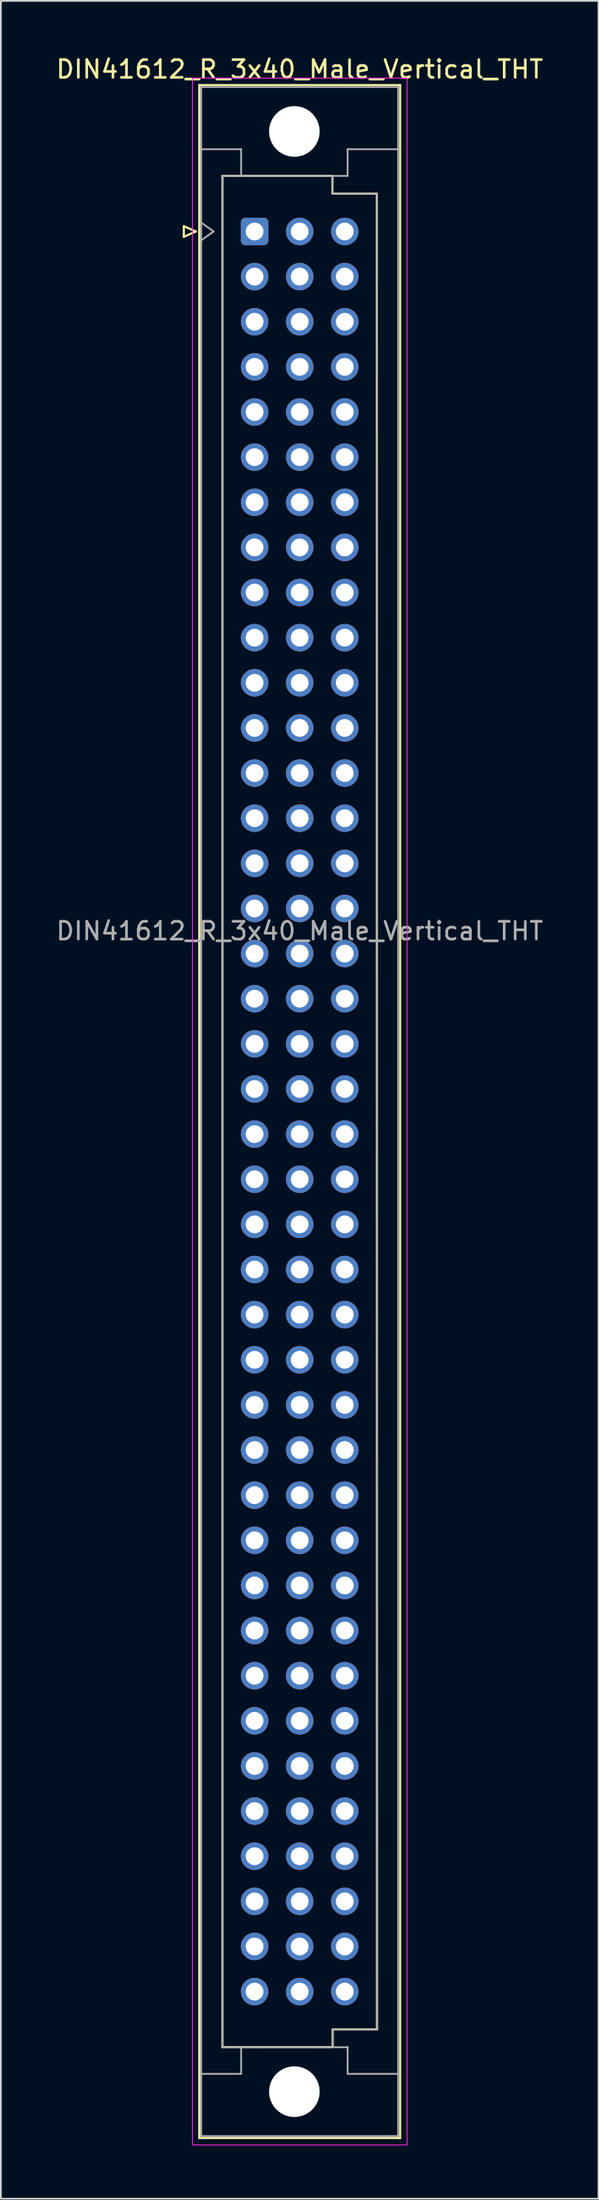
<source format=kicad_pcb>
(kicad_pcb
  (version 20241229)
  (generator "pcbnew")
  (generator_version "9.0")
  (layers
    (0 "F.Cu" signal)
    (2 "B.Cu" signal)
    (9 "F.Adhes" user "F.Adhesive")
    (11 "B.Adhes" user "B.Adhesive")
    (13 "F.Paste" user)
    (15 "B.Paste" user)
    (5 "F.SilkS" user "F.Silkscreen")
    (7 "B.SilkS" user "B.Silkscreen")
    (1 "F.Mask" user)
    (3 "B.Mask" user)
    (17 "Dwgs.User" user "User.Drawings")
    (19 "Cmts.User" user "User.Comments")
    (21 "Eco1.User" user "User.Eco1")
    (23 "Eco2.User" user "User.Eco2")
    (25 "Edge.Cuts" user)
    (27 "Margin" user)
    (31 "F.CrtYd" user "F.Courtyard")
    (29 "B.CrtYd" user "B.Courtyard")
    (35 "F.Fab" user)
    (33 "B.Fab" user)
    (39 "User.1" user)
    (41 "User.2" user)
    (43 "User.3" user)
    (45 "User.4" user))
  (footprint "DIN41612_R_3x40_Male_Vertical_THT"
    (layer "F.Cu")
    (at 11.299 9.978)
    (property "Reference" "DIN41612_R_3x40_Male_Vertical_THT" (at 2.54 -9.13 0) (layer "F.SilkS") (effects (font (size 1 1) (thickness 0.15))))
    (attr through_hole)
    (fp_line (start -3.99 -0.3) (end -3.99 0.3) (stroke (width 0.12) (type solid)) (layer "F.SilkS"))
    (fp_line (start -3.99 0.3) (end -3.31 0) (stroke (width 0.12) (type solid)) (layer "F.SilkS"))
    (fp_line (start -3.31 0) (end -3.99 -0.3) (stroke (width 0.12) (type solid)) (layer "F.SilkS"))
    (fp_line (start -3.12 -8.24) (end 8.2 -8.24) (stroke (width 0.12) (type solid)) (layer "F.SilkS"))
    (fp_line (start -3.12 107.3) (end -3.12 -8.24) (stroke (width 0.12) (type solid)) (layer "F.SilkS"))
    (fp_line (start -1.81 -3.131) (end 4.39 -3.131) (stroke (width 0.12) (type solid)) (layer "F.SilkS"))
    (fp_line (start -1.81 102.19) (end -1.81 -3.131) (stroke (width 0.12) (type solid)) (layer "F.SilkS"))
    (fp_line (start 4.39 -3.131) (end 4.39 -2.131) (stroke (width 0.12) (type solid)) (layer "F.SilkS"))
    (fp_line (start 4.39 -2.131) (end 6.89 -2.131) (stroke (width 0.12) (type solid)) (layer "F.SilkS"))
    (fp_line (start 4.39 102.19) (end -1.81 102.19) (stroke (width 0.12) (type solid)) (layer "F.SilkS"))
    (fp_line (start 4.4 101.19) (end 4.4 102.19) (stroke (width 0.12) (type solid)) (layer "F.SilkS"))
    (fp_line (start 6.89 -2.131) (end 6.9 101.19) (stroke (width 0.12) (type solid)) (layer "F.SilkS"))
    (fp_line (start 6.9 101.19) (end 4.4 101.19) (stroke (width 0.12) (type solid)) (layer "F.SilkS"))
    (fp_line (start 8.2 -8.24) (end 8.2 107.3) (stroke (width 0.12) (type solid)) (layer "F.SilkS"))
    (fp_line (start 8.2 107.3) (end -3.12 107.3) (stroke (width 0.12) (type solid)) (layer "F.SilkS"))
    (fp_line (start -3.5 -8.63) (end 8.59 -8.63) (stroke (width 0.05) (type solid)) (layer "F.CrtYd"))
    (fp_line (start -3.5 107.69) (end -3.5 -8.63) (stroke (width 0.05) (type solid)) (layer "F.CrtYd"))
    (fp_line (start 8.59 -8.63) (end 8.59 107.69) (stroke (width 0.05) (type solid)) (layer "F.CrtYd"))
    (fp_line (start 8.59 107.69) (end -3.5 107.69) (stroke (width 0.05) (type solid)) (layer "F.CrtYd"))
    (fp_line (start -3.01 -8.13) (end 8.09 -8.13) (stroke (width 0.1) (type solid)) (layer "F.Fab"))
    (fp_line (start -3.01 -4.63) (end -0.76 -4.63) (stroke (width 0.1) (type solid)) (layer "F.Fab"))
    (fp_line (start -3.01 -0.5) (end -2.31 0) (stroke (width 0.1) (type solid)) (layer "F.Fab"))
    (fp_line (start -3.01 103.69) (end -0.76 103.69) (stroke (width 0.1) (type solid)) (layer "F.Fab"))
    (fp_line (start -3.01 107.19) (end -3.01 -8.13) (stroke (width 0.1) (type solid)) (layer "F.Fab"))
    (fp_line (start -2.31 0) (end -3.01 0.5) (stroke (width 0.1) (type solid)) (layer "F.Fab"))
    (fp_line (start -1.81 -3.13) (end 4.39 -3.13) (stroke (width 0.1) (type solid)) (layer "F.Fab"))
    (fp_line (start -1.81 102.19) (end -1.81 -3.13) (stroke (width 0.1) (type solid)) (layer "F.Fab"))
    (fp_line (start -0.76 -4.63) (end -0.76 -3.13) (stroke (width 0.1) (type solid)) (layer "F.Fab"))
    (fp_line (start -0.76 103.69) (end -0.76 102.19) (stroke (width 0.1) (type solid)) (layer "F.Fab"))
    (fp_line (start 4.39 -3.13) (end 4.39 -2.13) (stroke (width 0.1) (type solid)) (layer "F.Fab"))
    (fp_line (start 4.39 -3.13) (end 5.24 -3.13) (stroke (width 0.1) (type solid)) (layer "F.Fab"))
    (fp_line (start 4.39 -2.13) (end 6.89 -2.13) (stroke (width 0.1) (type solid)) (layer "F.Fab"))
    (fp_line (start 4.39 102.19) (end -1.81 102.19) (stroke (width 0.1) (type solid)) (layer "F.Fab"))
    (fp_line (start 4.4 101.19) (end 4.4 102.19) (stroke (width 0.1) (type solid)) (layer "F.Fab"))
    (fp_line (start 4.4 102.19) (end 5.25 102.19) (stroke (width 0.1) (type solid)) (layer "F.Fab"))
    (fp_line (start 5.24 -4.63) (end 8.09 -4.63) (stroke (width 0.1) (type solid)) (layer "F.Fab"))
    (fp_line (start 5.24 -3.13) (end 5.24 -4.63) (stroke (width 0.1) (type solid)) (layer "F.Fab"))
    (fp_line (start 5.24 102.18) (end 5.24 103.68) (stroke (width 0.1) (type solid)) (layer "F.Fab"))
    (fp_line (start 5.24 103.69) (end 8.09 103.69) (stroke (width 0.1) (type solid)) (layer "F.Fab"))
    (fp_line (start 6.89 -2.13) (end 6.9 101.19) (stroke (width 0.1) (type solid)) (layer "F.Fab"))
    (fp_line (start 6.9 101.19) (end 4.4 101.19) (stroke (width 0.1) (type solid)) (layer "F.Fab"))
    (fp_line (start 8.09 -8.13) (end 8.09 107.19) (stroke (width 0.1) (type solid)) (layer "F.Fab"))
    (fp_line (start 8.09 107.19) (end -3.01 107.19) (stroke (width 0.1) (type solid)) (layer "F.Fab"))
    (fp_text user "${REFERENCE}" (at 2.54 39.37 0) (layer "F.Fab") (effects (font (size 1 1) (thickness 0.15))))
    (pad "" np_thru_hole circle (at 2.24 -5.63) (size 2.85 2.85) (drill 2.85) (layers "*.Cu" "*.Mask"))
    (pad "" np_thru_hole circle (at 2.24 104.69) (size 2.85 2.85) (drill 2.85) (layers "*.Cu" "*.Mask"))
    (pad "a1" thru_hole roundrect (at 0 0) (size 1.55 1.55) (drill 1) (layers "*.Cu" "*.Mask") (roundrect_rratio 0.161))
    (pad "a2" thru_hole circle (at 0 2.54) (size 1.55 1.55) (drill 1) (layers "*.Cu" "*.Mask"))
    (pad "a3" thru_hole circle (at 0 5.08) (size 1.55 1.55) (drill 1) (layers "*.Cu" "*.Mask"))
    (pad "a4" thru_hole circle (at 0 7.62) (size 1.55 1.55) (drill 1) (layers "*.Cu" "*.Mask"))
    (pad "a5" thru_hole circle (at 0 10.16) (size 1.55 1.55) (drill 1) (layers "*.Cu" "*.Mask"))
    (pad "a6" thru_hole circle (at 0 12.7) (size 1.55 1.55) (drill 1) (layers "*.Cu" "*.Mask"))
    (pad "a7" thru_hole circle (at 0 15.24) (size 1.55 1.55) (drill 1) (layers "*.Cu" "*.Mask"))
    (pad "a8" thru_hole circle (at 0 17.78) (size 1.55 1.55) (drill 1) (layers "*.Cu" "*.Mask"))
    (pad "a9" thru_hole circle (at 0 20.32) (size 1.55 1.55) (drill 1) (layers "*.Cu" "*.Mask"))
    (pad "a10" thru_hole circle (at 0 22.86) (size 1.55 1.55) (drill 1) (layers "*.Cu" "*.Mask"))
    (pad "a11" thru_hole circle (at 0 25.4) (size 1.55 1.55) (drill 1) (layers "*.Cu" "*.Mask"))
    (pad "a12" thru_hole circle (at 0 27.94) (size 1.55 1.55) (drill 1) (layers "*.Cu" "*.Mask"))
    (pad "a13" thru_hole circle (at 0 30.48) (size 1.55 1.55) (drill 1) (layers "*.Cu" "*.Mask"))
    (pad "a14" thru_hole circle (at 0 33.02) (size 1.55 1.55) (drill 1) (layers "*.Cu" "*.Mask"))
    (pad "a15" thru_hole circle (at 0 35.56) (size 1.55 1.55) (drill 1) (layers "*.Cu" "*.Mask"))
    (pad "a16" thru_hole circle (at 0 38.1) (size 1.55 1.55) (drill 1) (layers "*.Cu" "*.Mask"))
    (pad "a17" thru_hole circle (at 0 40.64) (size 1.55 1.55) (drill 1) (layers "*.Cu" "*.Mask"))
    (pad "a18" thru_hole circle (at 0 43.18) (size 1.55 1.55) (drill 1) (layers "*.Cu" "*.Mask"))
    (pad "a19" thru_hole circle (at 0 45.72) (size 1.55 1.55) (drill 1) (layers "*.Cu" "*.Mask"))
    (pad "a20" thru_hole circle (at 0 48.26) (size 1.55 1.55) (drill 1) (layers "*.Cu" "*.Mask"))
    (pad "a21" thru_hole circle (at 0 50.8) (size 1.55 1.55) (drill 1) (layers "*.Cu" "*.Mask"))
    (pad "a22" thru_hole circle (at 0 53.34) (size 1.55 1.55) (drill 1) (layers "*.Cu" "*.Mask"))
    (pad "a23" thru_hole circle (at 0 55.88) (size 1.55 1.55) (drill 1) (layers "*.Cu" "*.Mask"))
    (pad "a24" thru_hole circle (at 0 58.42) (size 1.55 1.55) (drill 1) (layers "*.Cu" "*.Mask"))
    (pad "a25" thru_hole circle (at 0 60.96) (size 1.55 1.55) (drill 1) (layers "*.Cu" "*.Mask"))
    (pad "a26" thru_hole circle (at 0 63.5) (size 1.55 1.55) (drill 1) (layers "*.Cu" "*.Mask"))
    (pad "a27" thru_hole circle (at 0 66.04) (size 1.55 1.55) (drill 1) (layers "*.Cu" "*.Mask"))
    (pad "a28" thru_hole circle (at 0 68.58) (size 1.55 1.55) (drill 1) (layers "*.Cu" "*.Mask"))
    (pad "a29" thru_hole circle (at 0 71.12) (size 1.55 1.55) (drill 1) (layers "*.Cu" "*.Mask"))
    (pad "a30" thru_hole circle (at 0 73.66) (size 1.55 1.55) (drill 1) (layers "*.Cu" "*.Mask"))
    (pad "a31" thru_hole circle (at 0 76.2) (size 1.55 1.55) (drill 1) (layers "*.Cu" "*.Mask"))
    (pad "a32" thru_hole circle (at 0 78.74) (size 1.55 1.55) (drill 1) (layers "*.Cu" "*.Mask"))
    (pad "a33" thru_hole circle (at 0 81.28) (size 1.55 1.55) (drill 1) (layers "*.Cu" "*.Mask"))
    (pad "a34" thru_hole circle (at 0 83.82) (size 1.55 1.55) (drill 1) (layers "*.Cu" "*.Mask"))
    (pad "a35" thru_hole circle (at 0 86.36) (size 1.55 1.55) (drill 1) (layers "*.Cu" "*.Mask"))
    (pad "a36" thru_hole circle (at 0 88.9) (size 1.55 1.55) (drill 1) (layers "*.Cu" "*.Mask"))
    (pad "a37" thru_hole circle (at 0 91.44) (size 1.55 1.55) (drill 1) (layers "*.Cu" "*.Mask"))
    (pad "a38" thru_hole circle (at 0 93.98) (size 1.55 1.55) (drill 1) (layers "*.Cu" "*.Mask"))
    (pad "a39" thru_hole circle (at 0 96.52) (size 1.55 1.55) (drill 1) (layers "*.Cu" "*.Mask"))
    (pad "a40" thru_hole circle (at 0 99.06) (size 1.55 1.55) (drill 1) (layers "*.Cu" "*.Mask"))
    (pad "b1" thru_hole circle (at 2.54 0) (size 1.55 1.55) (drill 1) (layers "*.Cu" "*.Mask"))
    (pad "b2" thru_hole circle (at 2.54 2.54) (size 1.55 1.55) (drill 1) (layers "*.Cu" "*.Mask"))
    (pad "b3" thru_hole circle (at 2.54 5.08) (size 1.55 1.55) (drill 1) (layers "*.Cu" "*.Mask"))
    (pad "b4" thru_hole circle (at 2.54 7.62) (size 1.55 1.55) (drill 1) (layers "*.Cu" "*.Mask"))
    (pad "b5" thru_hole circle (at 2.54 10.16) (size 1.55 1.55) (drill 1) (layers "*.Cu" "*.Mask"))
    (pad "b6" thru_hole circle (at 2.54 12.7) (size 1.55 1.55) (drill 1) (layers "*.Cu" "*.Mask"))
    (pad "b7" thru_hole circle (at 2.54 15.24) (size 1.55 1.55) (drill 1) (layers "*.Cu" "*.Mask"))
    (pad "b8" thru_hole circle (at 2.54 17.78) (size 1.55 1.55) (drill 1) (layers "*.Cu" "*.Mask"))
    (pad "b9" thru_hole circle (at 2.54 20.32) (size 1.55 1.55) (drill 1) (layers "*.Cu" "*.Mask"))
    (pad "b10" thru_hole circle (at 2.54 22.86) (size 1.55 1.55) (drill 1) (layers "*.Cu" "*.Mask"))
    (pad "b11" thru_hole circle (at 2.54 25.4) (size 1.55 1.55) (drill 1) (layers "*.Cu" "*.Mask"))
    (pad "b12" thru_hole circle (at 2.54 27.94) (size 1.55 1.55) (drill 1) (layers "*.Cu" "*.Mask"))
    (pad "b13" thru_hole circle (at 2.54 30.48) (size 1.55 1.55) (drill 1) (layers "*.Cu" "*.Mask"))
    (pad "b14" thru_hole circle (at 2.54 33.02) (size 1.55 1.55) (drill 1) (layers "*.Cu" "*.Mask"))
    (pad "b15" thru_hole circle (at 2.54 35.56) (size 1.55 1.55) (drill 1) (layers "*.Cu" "*.Mask"))
    (pad "b16" thru_hole circle (at 2.54 38.1) (size 1.55 1.55) (drill 1) (layers "*.Cu" "*.Mask"))
    (pad "b17" thru_hole circle (at 2.54 40.64) (size 1.55 1.55) (drill 1) (layers "*.Cu" "*.Mask"))
    (pad "b18" thru_hole circle (at 2.54 43.18) (size 1.55 1.55) (drill 1) (layers "*.Cu" "*.Mask"))
    (pad "b19" thru_hole circle (at 2.54 45.72) (size 1.55 1.55) (drill 1) (layers "*.Cu" "*.Mask"))
    (pad "b20" thru_hole circle (at 2.54 48.26) (size 1.55 1.55) (drill 1) (layers "*.Cu" "*.Mask"))
    (pad "b21" thru_hole circle (at 2.54 50.8) (size 1.55 1.55) (drill 1) (layers "*.Cu" "*.Mask"))
    (pad "b22" thru_hole circle (at 2.54 53.34) (size 1.55 1.55) (drill 1) (layers "*.Cu" "*.Mask"))
    (pad "b23" thru_hole circle (at 2.54 55.88) (size 1.55 1.55) (drill 1) (layers "*.Cu" "*.Mask"))
    (pad "b24" thru_hole circle (at 2.54 58.42) (size 1.55 1.55) (drill 1) (layers "*.Cu" "*.Mask"))
    (pad "b25" thru_hole circle (at 2.54 60.96) (size 1.55 1.55) (drill 1) (layers "*.Cu" "*.Mask"))
    (pad "b26" thru_hole circle (at 2.54 63.5) (size 1.55 1.55) (drill 1) (layers "*.Cu" "*.Mask"))
    (pad "b27" thru_hole circle (at 2.54 66.04) (size 1.55 1.55) (drill 1) (layers "*.Cu" "*.Mask"))
    (pad "b28" thru_hole circle (at 2.54 68.58) (size 1.55 1.55) (drill 1) (layers "*.Cu" "*.Mask"))
    (pad "b29" thru_hole circle (at 2.54 71.12) (size 1.55 1.55) (drill 1) (layers "*.Cu" "*.Mask"))
    (pad "b30" thru_hole circle (at 2.54 73.66) (size 1.55 1.55) (drill 1) (layers "*.Cu" "*.Mask"))
    (pad "b31" thru_hole circle (at 2.54 76.2) (size 1.55 1.55) (drill 1) (layers "*.Cu" "*.Mask"))
    (pad "b32" thru_hole circle (at 2.54 78.74) (size 1.55 1.55) (drill 1) (layers "*.Cu" "*.Mask"))
    (pad "b33" thru_hole circle (at 2.54 81.28) (size 1.55 1.55) (drill 1) (layers "*.Cu" "*.Mask"))
    (pad "b34" thru_hole circle (at 2.54 83.82) (size 1.55 1.55) (drill 1) (layers "*.Cu" "*.Mask"))
    (pad "b35" thru_hole circle (at 2.54 86.36) (size 1.55 1.55) (drill 1) (layers "*.Cu" "*.Mask"))
    (pad "b36" thru_hole circle (at 2.54 88.9) (size 1.55 1.55) (drill 1) (layers "*.Cu" "*.Mask"))
    (pad "b37" thru_hole circle (at 2.54 91.44) (size 1.55 1.55) (drill 1) (layers "*.Cu" "*.Mask"))
    (pad "b38" thru_hole circle (at 2.54 93.98) (size 1.55 1.55) (drill 1) (layers "*.Cu" "*.Mask"))
    (pad "b39" thru_hole circle (at 2.54 96.52) (size 1.55 1.55) (drill 1) (layers "*.Cu" "*.Mask"))
    (pad "b40" thru_hole circle (at 2.54 99.06) (size 1.55 1.55) (drill 1) (layers "*.Cu" "*.Mask"))
    (pad "c1" thru_hole circle (at 5.08 0) (size 1.55 1.55) (drill 1) (layers "*.Cu" "*.Mask"))
    (pad "c2" thru_hole circle (at 5.08 2.54) (size 1.55 1.55) (drill 1) (layers "*.Cu" "*.Mask"))
    (pad "c3" thru_hole circle (at 5.08 5.08) (size 1.55 1.55) (drill 1) (layers "*.Cu" "*.Mask"))
    (pad "c4" thru_hole circle (at 5.08 7.62) (size 1.55 1.55) (drill 1) (layers "*.Cu" "*.Mask"))
    (pad "c5" thru_hole circle (at 5.08 10.16) (size 1.55 1.55) (drill 1) (layers "*.Cu" "*.Mask"))
    (pad "c6" thru_hole circle (at 5.08 12.7) (size 1.55 1.55) (drill 1) (layers "*.Cu" "*.Mask"))
    (pad "c7" thru_hole circle (at 5.08 15.24) (size 1.55 1.55) (drill 1) (layers "*.Cu" "*.Mask"))
    (pad "c8" thru_hole circle (at 5.08 17.78) (size 1.55 1.55) (drill 1) (layers "*.Cu" "*.Mask"))
    (pad "c9" thru_hole circle (at 5.08 20.32) (size 1.55 1.55) (drill 1) (layers "*.Cu" "*.Mask"))
    (pad "c10" thru_hole circle (at 5.08 22.86) (size 1.55 1.55) (drill 1) (layers "*.Cu" "*.Mask"))
    (pad "c11" thru_hole circle (at 5.08 25.4) (size 1.55 1.55) (drill 1) (layers "*.Cu" "*.Mask"))
    (pad "c12" thru_hole circle (at 5.08 27.94) (size 1.55 1.55) (drill 1) (layers "*.Cu" "*.Mask"))
    (pad "c13" thru_hole circle (at 5.08 30.48) (size 1.55 1.55) (drill 1) (layers "*.Cu" "*.Mask"))
    (pad "c14" thru_hole circle (at 5.08 33.02) (size 1.55 1.55) (drill 1) (layers "*.Cu" "*.Mask"))
    (pad "c15" thru_hole circle (at 5.08 35.56) (size 1.55 1.55) (drill 1) (layers "*.Cu" "*.Mask"))
    (pad "c16" thru_hole circle (at 5.08 38.1) (size 1.55 1.55) (drill 1) (layers "*.Cu" "*.Mask"))
    (pad "c17" thru_hole circle (at 5.08 40.64) (size 1.55 1.55) (drill 1) (layers "*.Cu" "*.Mask"))
    (pad "c18" thru_hole circle (at 5.08 43.18) (size 1.55 1.55) (drill 1) (layers "*.Cu" "*.Mask"))
    (pad "c19" thru_hole circle (at 5.08 45.72) (size 1.55 1.55) (drill 1) (layers "*.Cu" "*.Mask"))
    (pad "c20" thru_hole circle (at 5.08 48.26) (size 1.55 1.55) (drill 1) (layers "*.Cu" "*.Mask"))
    (pad "c21" thru_hole circle (at 5.08 50.8) (size 1.55 1.55) (drill 1) (layers "*.Cu" "*.Mask"))
    (pad "c22" thru_hole circle (at 5.08 53.34) (size 1.55 1.55) (drill 1) (layers "*.Cu" "*.Mask"))
    (pad "c23" thru_hole circle (at 5.08 55.88) (size 1.55 1.55) (drill 1) (layers "*.Cu" "*.Mask"))
    (pad "c24" thru_hole circle (at 5.08 58.42) (size 1.55 1.55) (drill 1) (layers "*.Cu" "*.Mask"))
    (pad "c25" thru_hole circle (at 5.08 60.96) (size 1.55 1.55) (drill 1) (layers "*.Cu" "*.Mask"))
    (pad "c26" thru_hole circle (at 5.08 63.5) (size 1.55 1.55) (drill 1) (layers "*.Cu" "*.Mask"))
    (pad "c27" thru_hole circle (at 5.08 66.04) (size 1.55 1.55) (drill 1) (layers "*.Cu" "*.Mask"))
    (pad "c28" thru_hole circle (at 5.08 68.58) (size 1.55 1.55) (drill 1) (layers "*.Cu" "*.Mask"))
    (pad "c29" thru_hole circle (at 5.08 71.12) (size 1.55 1.55) (drill 1) (layers "*.Cu" "*.Mask"))
    (pad "c30" thru_hole circle (at 5.08 73.66) (size 1.55 1.55) (drill 1) (layers "*.Cu" "*.Mask"))
    (pad "c31" thru_hole circle (at 5.08 76.2) (size 1.55 1.55) (drill 1) (layers "*.Cu" "*.Mask"))
    (pad "c32" thru_hole circle (at 5.08 78.74) (size 1.55 1.55) (drill 1) (layers "*.Cu" "*.Mask"))
    (pad "c33" thru_hole circle (at 5.08 81.28) (size 1.55 1.55) (drill 1) (layers "*.Cu" "*.Mask"))
    (pad "c34" thru_hole circle (at 5.08 83.82) (size 1.55 1.55) (drill 1) (layers "*.Cu" "*.Mask"))
    (pad "c35" thru_hole circle (at 5.08 86.36) (size 1.55 1.55) (drill 1) (layers "*.Cu" "*.Mask"))
    (pad "c36" thru_hole circle (at 5.08 88.9) (size 1.55 1.55) (drill 1) (layers "*.Cu" "*.Mask"))
    (pad "c37" thru_hole circle (at 5.08 91.44) (size 1.55 1.55) (drill 1) (layers "*.Cu" "*.Mask"))
    (pad "c38" thru_hole circle (at 5.08 93.98) (size 1.55 1.55) (drill 1) (layers "*.Cu" "*.Mask"))
    (pad "c39" thru_hole circle (at 5.08 96.52) (size 1.55 1.55) (drill 1) (layers "*.Cu" "*.Mask"))
    (pad "c40" thru_hole circle (at 5.08 99.06) (size 1.55 1.55) (drill 1) (layers "*.Cu" "*.Mask")))
  (gr_rect
    (start -3 -3)
    (end 30.679 120.693)
    (stroke (width 0.1) (type default))
    (fill no)
    (layer "Edge.Cuts")))
</source>
